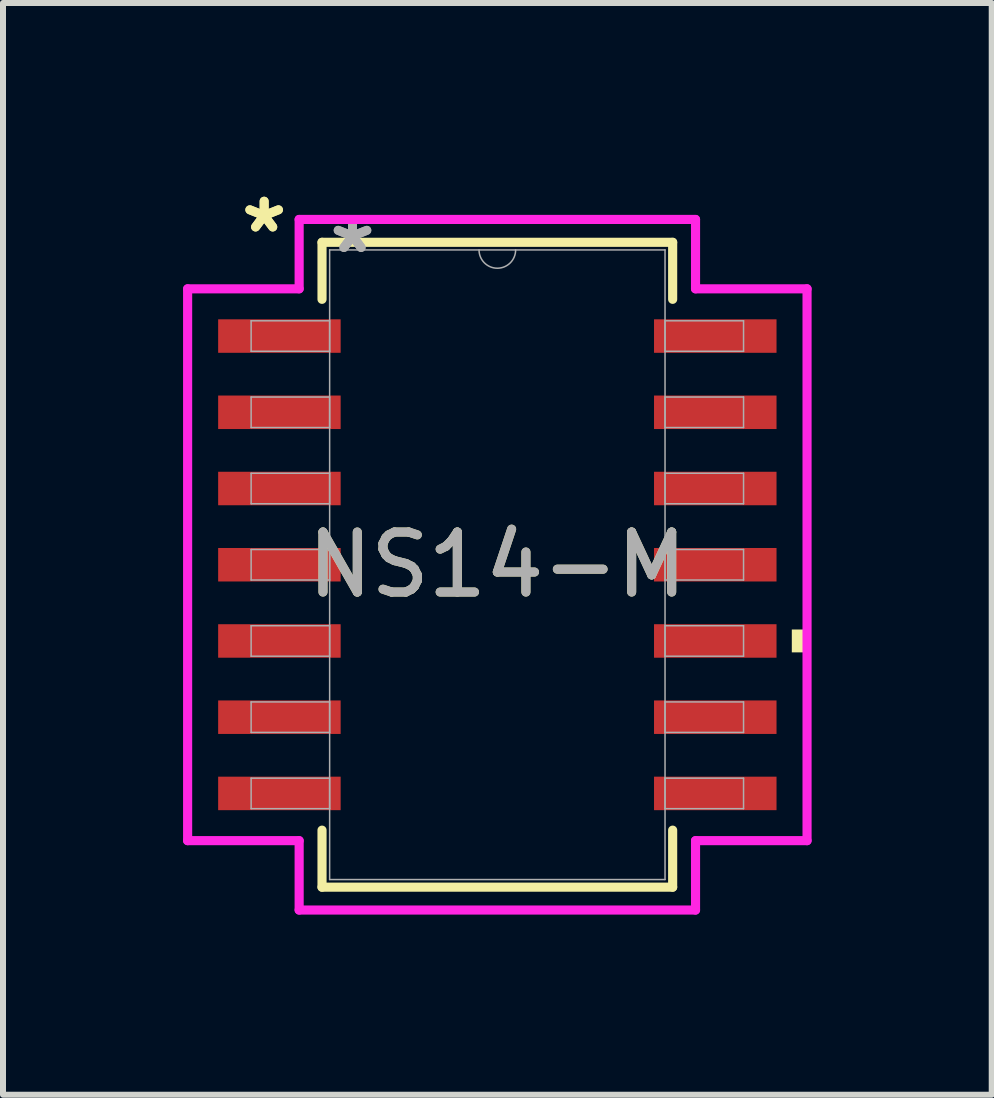
<source format=kicad_pcb>
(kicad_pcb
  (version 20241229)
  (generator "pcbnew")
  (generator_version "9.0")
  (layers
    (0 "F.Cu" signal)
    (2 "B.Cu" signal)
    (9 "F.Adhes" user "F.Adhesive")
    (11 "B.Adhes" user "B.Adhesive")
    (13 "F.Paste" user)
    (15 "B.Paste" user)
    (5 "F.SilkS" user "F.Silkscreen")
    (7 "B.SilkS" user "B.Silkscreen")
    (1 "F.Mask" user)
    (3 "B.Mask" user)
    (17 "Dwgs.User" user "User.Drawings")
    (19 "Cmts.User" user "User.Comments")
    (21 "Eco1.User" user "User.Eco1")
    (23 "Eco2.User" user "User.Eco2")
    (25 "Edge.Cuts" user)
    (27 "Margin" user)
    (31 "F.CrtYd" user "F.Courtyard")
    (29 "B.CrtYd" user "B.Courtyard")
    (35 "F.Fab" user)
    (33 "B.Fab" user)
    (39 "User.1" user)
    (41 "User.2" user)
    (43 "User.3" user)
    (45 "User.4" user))
  (footprint "NS14-M"
    (layer "F.Cu")
    (at 5.236 6.359)
    (property "Reference" "NS14-M" (at 0 0 0) (unlocked yes) (layer "F.SilkS") (effects (font (size 1 1) (thickness 0.15))))
    (attr smd)
    (fp_line (start -2.921 -5.372) (end -2.921 -4.422) (stroke (width 0.152) (type solid)) (layer "F.SilkS"))
    (fp_line (start -2.921 4.422) (end -2.921 5.372) (stroke (width 0.152) (type solid)) (layer "F.SilkS"))
    (fp_line (start -2.921 5.372) (end 2.921 5.372) (stroke (width 0.152) (type solid)) (layer "F.SilkS"))
    (fp_line (start 2.921 -5.372) (end -2.921 -5.372) (stroke (width 0.152) (type solid)) (layer "F.SilkS"))
    (fp_line (start 2.921 -4.422) (end 2.921 -5.372) (stroke (width 0.152) (type solid)) (layer "F.SilkS"))
    (fp_line (start 2.921 5.372) (end 2.921 4.422) (stroke (width 0.152) (type solid)) (layer "F.SilkS"))
    (fp_poly (pts (xy 5.16 1.079) (xy 5.16 1.46) (xy 4.906 1.46) (xy 4.906 1.079)) (stroke (width 0) (type solid)) (fill yes) (layer "F.SilkS"))
    (fp_line (start -5.16 -4.597) (end -3.302 -4.597) (stroke (width 0.152) (type solid)) (layer "F.CrtYd"))
    (fp_line (start -5.16 4.597) (end -5.16 -4.597) (stroke (width 0.152) (type solid)) (layer "F.CrtYd"))
    (fp_line (start -5.16 4.597) (end -3.302 4.597) (stroke (width 0.152) (type solid)) (layer "F.CrtYd"))
    (fp_line (start -3.302 -5.753) (end 3.302 -5.753) (stroke (width 0.152) (type solid)) (layer "F.CrtYd"))
    (fp_line (start -3.302 -4.597) (end -3.302 -5.753) (stroke (width 0.152) (type solid)) (layer "F.CrtYd"))
    (fp_line (start -3.302 5.753) (end -3.302 4.597) (stroke (width 0.152) (type solid)) (layer "F.CrtYd"))
    (fp_line (start 3.302 -5.753) (end 3.302 -4.597) (stroke (width 0.152) (type solid)) (layer "F.CrtYd"))
    (fp_line (start 3.302 4.597) (end 3.302 5.753) (stroke (width 0.152) (type solid)) (layer "F.CrtYd"))
    (fp_line (start 3.302 5.753) (end -3.302 5.753) (stroke (width 0.152) (type solid)) (layer "F.CrtYd"))
    (fp_line (start 5.16 -4.597) (end 3.302 -4.597) (stroke (width 0.152) (type solid)) (layer "F.CrtYd"))
    (fp_line (start 5.16 -4.597) (end 5.16 4.597) (stroke (width 0.152) (type solid)) (layer "F.CrtYd"))
    (fp_line (start 5.16 4.597) (end 3.302 4.597) (stroke (width 0.152) (type solid)) (layer "F.CrtYd"))
    (fp_line (start -4.102 -4.064) (end -4.102 -3.556) (stroke (width 0.025) (type solid)) (layer "F.Fab"))
    (fp_line (start -4.102 -3.556) (end -2.794 -3.556) (stroke (width 0.025) (type solid)) (layer "F.Fab"))
    (fp_line (start -4.102 -2.794) (end -4.102 -2.286) (stroke (width 0.025) (type solid)) (layer "F.Fab"))
    (fp_line (start -4.102 -2.286) (end -2.794 -2.286) (stroke (width 0.025) (type solid)) (layer "F.Fab"))
    (fp_line (start -4.102 -1.524) (end -4.102 -1.016) (stroke (width 0.025) (type solid)) (layer "F.Fab"))
    (fp_line (start -4.102 -1.016) (end -2.794 -1.016) (stroke (width 0.025) (type solid)) (layer "F.Fab"))
    (fp_line (start -4.102 -0.254) (end -4.102 0.254) (stroke (width 0.025) (type solid)) (layer "F.Fab"))
    (fp_line (start -4.102 0.254) (end -2.794 0.254) (stroke (width 0.025) (type solid)) (layer "F.Fab"))
    (fp_line (start -4.102 1.016) (end -4.102 1.524) (stroke (width 0.025) (type solid)) (layer "F.Fab"))
    (fp_line (start -4.102 1.524) (end -2.794 1.524) (stroke (width 0.025) (type solid)) (layer "F.Fab"))
    (fp_line (start -4.102 2.286) (end -4.102 2.794) (stroke (width 0.025) (type solid)) (layer "F.Fab"))
    (fp_line (start -4.102 2.794) (end -2.794 2.794) (stroke (width 0.025) (type solid)) (layer "F.Fab"))
    (fp_line (start -4.102 3.556) (end -4.102 4.064) (stroke (width 0.025) (type solid)) (layer "F.Fab"))
    (fp_line (start -4.102 4.064) (end -2.794 4.064) (stroke (width 0.025) (type solid)) (layer "F.Fab"))
    (fp_line (start -2.794 -5.245) (end -2.794 5.245) (stroke (width 0.025) (type solid)) (layer "F.Fab"))
    (fp_line (start -2.794 -4.064) (end -4.102 -4.064) (stroke (width 0.025) (type solid)) (layer "F.Fab"))
    (fp_line (start -2.794 -3.556) (end -2.794 -4.064) (stroke (width 0.025) (type solid)) (layer "F.Fab"))
    (fp_line (start -2.794 -2.794) (end -4.102 -2.794) (stroke (width 0.025) (type solid)) (layer "F.Fab"))
    (fp_line (start -2.794 -2.286) (end -2.794 -2.794) (stroke (width 0.025) (type solid)) (layer "F.Fab"))
    (fp_line (start -2.794 -1.524) (end -4.102 -1.524) (stroke (width 0.025) (type solid)) (layer "F.Fab"))
    (fp_line (start -2.794 -1.016) (end -2.794 -1.524) (stroke (width 0.025) (type solid)) (layer "F.Fab"))
    (fp_line (start -2.794 -0.254) (end -4.102 -0.254) (stroke (width 0.025) (type solid)) (layer "F.Fab"))
    (fp_line (start -2.794 0.254) (end -2.794 -0.254) (stroke (width 0.025) (type solid)) (layer "F.Fab"))
    (fp_line (start -2.794 1.016) (end -4.102 1.016) (stroke (width 0.025) (type solid)) (layer "F.Fab"))
    (fp_line (start -2.794 1.524) (end -2.794 1.016) (stroke (width 0.025) (type solid)) (layer "F.Fab"))
    (fp_line (start -2.794 2.286) (end -4.102 2.286) (stroke (width 0.025) (type solid)) (layer "F.Fab"))
    (fp_line (start -2.794 2.794) (end -2.794 2.286) (stroke (width 0.025) (type solid)) (layer "F.Fab"))
    (fp_line (start -2.794 3.556) (end -4.102 3.556) (stroke (width 0.025) (type solid)) (layer "F.Fab"))
    (fp_line (start -2.794 4.064) (end -2.794 3.556) (stroke (width 0.025) (type solid)) (layer "F.Fab"))
    (fp_line (start -2.794 5.245) (end 2.794 5.245) (stroke (width 0.025) (type solid)) (layer "F.Fab"))
    (fp_line (start 2.794 -5.245) (end -2.794 -5.245) (stroke (width 0.025) (type solid)) (layer "F.Fab"))
    (fp_line (start 2.794 -4.064) (end 2.794 -3.556) (stroke (width 0.025) (type solid)) (layer "F.Fab"))
    (fp_line (start 2.794 -3.556) (end 4.102 -3.556) (stroke (width 0.025) (type solid)) (layer "F.Fab"))
    (fp_line (start 2.794 -2.794) (end 2.794 -2.286) (stroke (width 0.025) (type solid)) (layer "F.Fab"))
    (fp_line (start 2.794 -2.286) (end 4.102 -2.286) (stroke (width 0.025) (type solid)) (layer "F.Fab"))
    (fp_line (start 2.794 -1.524) (end 2.794 -1.016) (stroke (width 0.025) (type solid)) (layer "F.Fab"))
    (fp_line (start 2.794 -1.016) (end 4.102 -1.016) (stroke (width 0.025) (type solid)) (layer "F.Fab"))
    (fp_line (start 2.794 -0.254) (end 2.794 0.254) (stroke (width 0.025) (type solid)) (layer "F.Fab"))
    (fp_line (start 2.794 0.254) (end 4.102 0.254) (stroke (width 0.025) (type solid)) (layer "F.Fab"))
    (fp_line (start 2.794 1.016) (end 2.794 1.524) (stroke (width 0.025) (type solid)) (layer "F.Fab"))
    (fp_line (start 2.794 1.524) (end 4.102 1.524) (stroke (width 0.025) (type solid)) (layer "F.Fab"))
    (fp_line (start 2.794 2.286) (end 2.794 2.794) (stroke (width 0.025) (type solid)) (layer "F.Fab"))
    (fp_line (start 2.794 2.794) (end 4.102 2.794) (stroke (width 0.025) (type solid)) (layer "F.Fab"))
    (fp_line (start 2.794 3.556) (end 2.794 4.064) (stroke (width 0.025) (type solid)) (layer "F.Fab"))
    (fp_line (start 2.794 4.064) (end 4.102 4.064) (stroke (width 0.025) (type solid)) (layer "F.Fab"))
    (fp_line (start 2.794 5.245) (end 2.794 -5.245) (stroke (width 0.025) (type solid)) (layer "F.Fab"))
    (fp_line (start 4.102 -4.064) (end 2.794 -4.064) (stroke (width 0.025) (type solid)) (layer "F.Fab"))
    (fp_line (start 4.102 -3.556) (end 4.102 -4.064) (stroke (width 0.025) (type solid)) (layer "F.Fab"))
    (fp_line (start 4.102 -2.794) (end 2.794 -2.794) (stroke (width 0.025) (type solid)) (layer "F.Fab"))
    (fp_line (start 4.102 -2.286) (end 4.102 -2.794) (stroke (width 0.025) (type solid)) (layer "F.Fab"))
    (fp_line (start 4.102 -1.524) (end 2.794 -1.524) (stroke (width 0.025) (type solid)) (layer "F.Fab"))
    (fp_line (start 4.102 -1.016) (end 4.102 -1.524) (stroke (width 0.025) (type solid)) (layer "F.Fab"))
    (fp_line (start 4.102 -0.254) (end 2.794 -0.254) (stroke (width 0.025) (type solid)) (layer "F.Fab"))
    (fp_line (start 4.102 0.254) (end 4.102 -0.254) (stroke (width 0.025) (type solid)) (layer "F.Fab"))
    (fp_line (start 4.102 1.016) (end 2.794 1.016) (stroke (width 0.025) (type solid)) (layer "F.Fab"))
    (fp_line (start 4.102 1.524) (end 4.102 1.016) (stroke (width 0.025) (type solid)) (layer "F.Fab"))
    (fp_line (start 4.102 2.286) (end 2.794 2.286) (stroke (width 0.025) (type solid)) (layer "F.Fab"))
    (fp_line (start 4.102 2.794) (end 4.102 2.286) (stroke (width 0.025) (type solid)) (layer "F.Fab"))
    (fp_line (start 4.102 3.556) (end 2.794 3.556) (stroke (width 0.025) (type solid)) (layer "F.Fab"))
    (fp_line (start 4.102 4.064) (end 4.102 3.556) (stroke (width 0.025) (type solid)) (layer "F.Fab"))
    (fp_arc (start 0.3048 -5.2451) (mid 0 -4.9403) (end -0.3048 -5.2451) (stroke (width 0.0254) (type solid)) (layer "F.Fab"))
    (fp_text user "*" (at -3.885 -5.511 0) (layer "F.SilkS") (effects (font (size 1 1) (thickness 0.15))))
    (fp_text user "*" (at -3.885 -5.511 0) (unlocked yes) (layer "F.SilkS") (effects (font (size 1 1) (thickness 0.15))))
    (fp_text user "*" (at -2.413 -5.169 0) (layer "F.Fab") (effects (font (size 1 1) (thickness 0.15))))
    (fp_text user "${REFERENCE}" (at 0 0 0) (unlocked yes) (layer "F.Fab") (effects (font (size 1 1) (thickness 0.15))))
    (fp_text user "*" (at -2.413 -5.169 0) (unlocked yes) (layer "F.Fab") (effects (font (size 1 1) (thickness 0.15))))
    (pad "1" smd rect (at -3.631 -3.81) (size 2.041 0.558) (layers "F.Cu" "F.Mask" "F.Paste"))
    (pad "2" smd rect (at -3.631 -2.54) (size 2.041 0.558) (layers "F.Cu" "F.Mask" "F.Paste"))
    (pad "3" smd rect (at -3.631 -1.27) (size 2.041 0.558) (layers "F.Cu" "F.Mask" "F.Paste"))
    (pad "4" smd rect (at -3.631 0) (size 2.041 0.558) (layers "F.Cu" "F.Mask" "F.Paste"))
    (pad "5" smd rect (at -3.631 1.27) (size 2.041 0.558) (layers "F.Cu" "F.Mask" "F.Paste"))
    (pad "6" smd rect (at -3.631 2.54) (size 2.041 0.558) (layers "F.Cu" "F.Mask" "F.Paste"))
    (pad "7" smd rect (at -3.631 3.81) (size 2.041 0.558) (layers "F.Cu" "F.Mask" "F.Paste"))
    (pad "8" smd rect (at 3.631 3.81) (size 2.041 0.558) (layers "F.Cu" "F.Mask" "F.Paste"))
    (pad "9" smd rect (at 3.631 2.54) (size 2.041 0.558) (layers "F.Cu" "F.Mask" "F.Paste"))
    (pad "10" smd rect (at 3.631 1.27) (size 2.041 0.558) (layers "F.Cu" "F.Mask" "F.Paste"))
    (pad "11" smd rect (at 3.631 0) (size 2.041 0.558) (layers "F.Cu" "F.Mask" "F.Paste"))
    (pad "12" smd rect (at 3.631 -1.27) (size 2.041 0.558) (layers "F.Cu" "F.Mask" "F.Paste"))
    (pad "13" smd rect (at 3.631 -2.54) (size 2.041 0.558) (layers "F.Cu" "F.Mask" "F.Paste"))
    (pad "14" smd rect (at 3.631 -3.81) (size 2.041 0.558) (layers "F.Cu" "F.Mask" "F.Paste")))
  (gr_rect
    (start -3 -3)
    (end 13.473 15.189)
    (stroke (width 0.1) (type default))
    (fill no)
    (layer "Edge.Cuts")))
</source>
